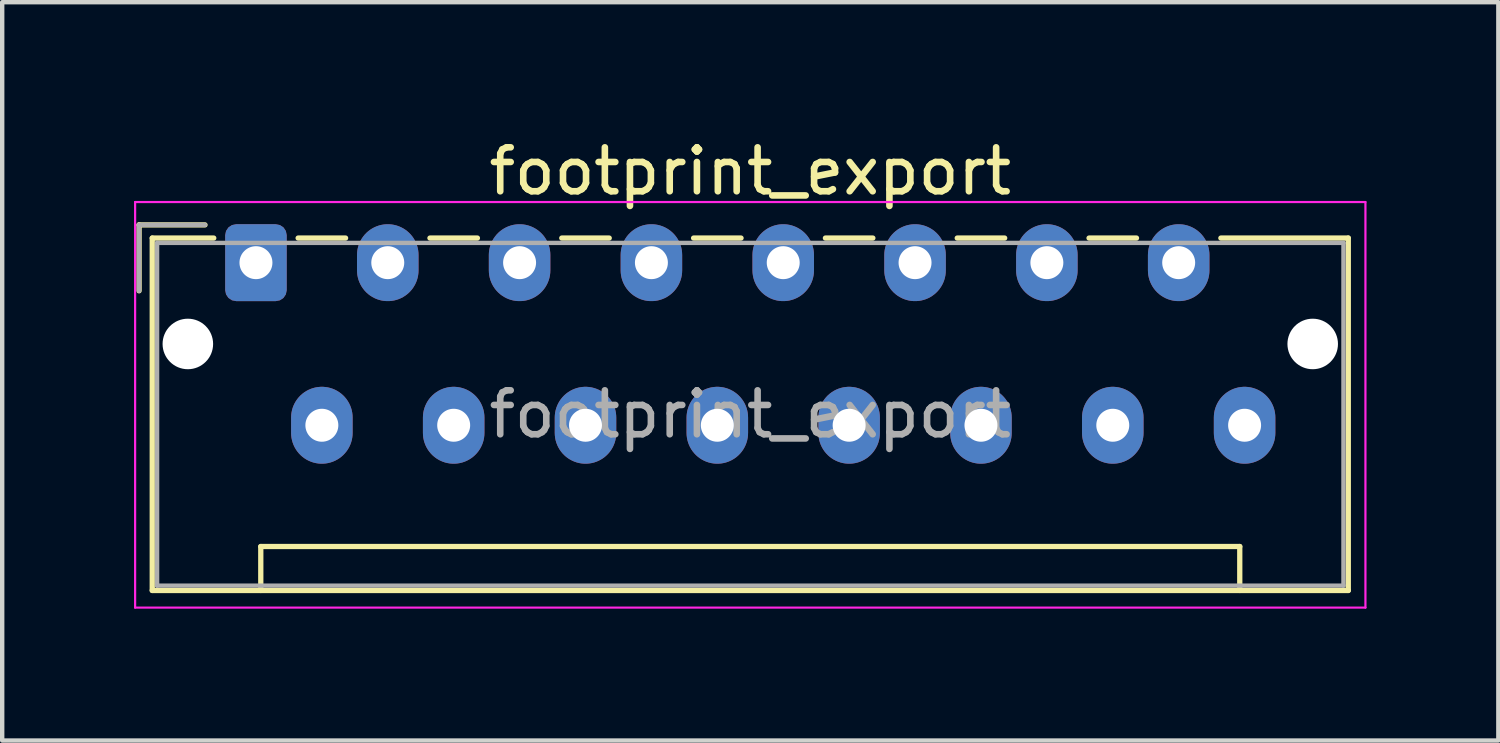
<source format=kicad_pcb>
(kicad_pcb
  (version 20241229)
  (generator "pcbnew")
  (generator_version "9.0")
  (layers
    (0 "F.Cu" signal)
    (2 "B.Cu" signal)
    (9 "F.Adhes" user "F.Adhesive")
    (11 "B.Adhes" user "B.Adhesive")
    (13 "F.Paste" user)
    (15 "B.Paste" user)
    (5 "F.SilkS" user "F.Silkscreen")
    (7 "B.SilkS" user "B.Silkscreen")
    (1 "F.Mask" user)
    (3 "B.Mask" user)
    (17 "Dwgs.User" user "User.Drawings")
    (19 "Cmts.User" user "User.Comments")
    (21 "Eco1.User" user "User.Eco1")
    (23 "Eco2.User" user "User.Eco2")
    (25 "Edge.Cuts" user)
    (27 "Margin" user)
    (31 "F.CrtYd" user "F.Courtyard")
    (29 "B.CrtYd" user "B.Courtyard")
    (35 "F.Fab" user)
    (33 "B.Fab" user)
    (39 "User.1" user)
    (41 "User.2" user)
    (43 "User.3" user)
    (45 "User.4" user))
  (footprint "footprint_export"
    (layer "F.Cu")
    (at 2.775 2.928)
    (property "Reference" "footprint_export" (at 11.25 -2.08 0) (layer "F.SilkS") (effects (font (size 1 1) (thickness 0.15))))
    (attr through_hole)
    (fp_line (start -2.66 -0.86) (end -1.16 -0.86) (stroke (width 0.12) (type solid)) (layer "F.SilkS"))
    (fp_line (start -2.66 0.64) (end -2.66 -0.86) (stroke (width 0.12) (type solid)) (layer "F.SilkS"))
    (fp_line (start -2.36 -0.56) (end -2.36 7.46) (stroke (width 0.12) (type solid)) (layer "F.SilkS"))
    (fp_line (start -2.36 7.46) (end 24.86 7.46) (stroke (width 0.12) (type solid)) (layer "F.SilkS"))
    (fp_line (start -0.96 -0.56) (end -2.36 -0.56) (stroke (width 0.12) (type solid)) (layer "F.SilkS"))
    (fp_line (start 0.11 6.46) (end 22.39 6.46) (stroke (width 0.12) (type solid)) (layer "F.SilkS"))
    (fp_line (start 0.11 7.46) (end 0.11 6.46) (stroke (width 0.12) (type solid)) (layer "F.SilkS"))
    (fp_line (start 0.96 -0.56) (end 2.04 -0.56) (stroke (width 0.12) (type solid)) (layer "F.SilkS"))
    (fp_line (start 3.96 -0.56) (end 5.04 -0.56) (stroke (width 0.12) (type solid)) (layer "F.SilkS"))
    (fp_line (start 6.96 -0.56) (end 8.04 -0.56) (stroke (width 0.12) (type solid)) (layer "F.SilkS"))
    (fp_line (start 9.96 -0.56) (end 11.04 -0.56) (stroke (width 0.12) (type solid)) (layer "F.SilkS"))
    (fp_line (start 12.96 -0.56) (end 14.04 -0.56) (stroke (width 0.12) (type solid)) (layer "F.SilkS"))
    (fp_line (start 15.96 -0.56) (end 17.04 -0.56) (stroke (width 0.12) (type solid)) (layer "F.SilkS"))
    (fp_line (start 18.96 -0.56) (end 20.04 -0.56) (stroke (width 0.12) (type solid)) (layer "F.SilkS"))
    (fp_line (start 22.39 6.46) (end 22.39 7.46) (stroke (width 0.12) (type solid)) (layer "F.SilkS"))
    (fp_line (start 24.86 -0.56) (end 21.96 -0.56) (stroke (width 0.12) (type solid)) (layer "F.SilkS"))
    (fp_line (start 24.86 7.46) (end 24.86 -0.56) (stroke (width 0.12) (type solid)) (layer "F.SilkS"))
    (fp_line (start -2.75 -1.38) (end -2.75 7.85) (stroke (width 0.05) (type solid)) (layer "F.CrtYd"))
    (fp_line (start -2.75 7.85) (end 25.25 7.85) (stroke (width 0.05) (type solid)) (layer "F.CrtYd"))
    (fp_line (start 25.25 -1.38) (end -2.75 -1.38) (stroke (width 0.05) (type solid)) (layer "F.CrtYd"))
    (fp_line (start 25.25 7.85) (end 25.25 -1.38) (stroke (width 0.05) (type solid)) (layer "F.CrtYd"))
    (fp_line (start -2.66 -0.86) (end -1.16 -0.86) (stroke (width 0.1) (type solid)) (layer "F.Fab"))
    (fp_line (start -2.66 0.64) (end -2.66 -0.86) (stroke (width 0.1) (type solid)) (layer "F.Fab"))
    (fp_line (start -2.25 -0.45) (end -2.25 7.35) (stroke (width 0.1) (type solid)) (layer "F.Fab"))
    (fp_line (start -2.25 7.35) (end 24.75 7.35) (stroke (width 0.1) (type solid)) (layer "F.Fab"))
    (fp_line (start 24.75 -0.45) (end -2.25 -0.45) (stroke (width 0.1) (type solid)) (layer "F.Fab"))
    (fp_line (start 24.75 7.35) (end 24.75 -0.45) (stroke (width 0.1) (type solid)) (layer "F.Fab"))
    (fp_text user "${REFERENCE}" (at 11.25 3.45 0) (layer "F.Fab") (effects (font (size 1 1) (thickness 0.15))))
    (pad "" np_thru_hole circle (at -1.55 1.85) (size 1.15 1.15) (drill 1.15) (layers "*.Cu" "*.Mask"))
    (pad "" np_thru_hole circle (at 24.05 1.85) (size 1.15 1.15) (drill 1.15) (layers "*.Cu" "*.Mask"))
    (pad "1" thru_hole roundrect (at 0 0) (size 1.4 1.75) (drill 0.75) (layers "*.Cu" "*.Mask") (roundrect_rratio 0.179))
    (pad "2" thru_hole oval (at 1.5 3.7) (size 1.4 1.75) (drill 0.75) (layers "*.Cu" "*.Mask"))
    (pad "3" thru_hole oval (at 3 0) (size 1.4 1.75) (drill 0.75) (layers "*.Cu" "*.Mask"))
    (pad "4" thru_hole oval (at 4.5 3.7) (size 1.4 1.75) (drill 0.75) (layers "*.Cu" "*.Mask"))
    (pad "5" thru_hole oval (at 6 0) (size 1.4 1.75) (drill 0.75) (layers "*.Cu" "*.Mask"))
    (pad "6" thru_hole oval (at 7.5 3.7) (size 1.4 1.75) (drill 0.75) (layers "*.Cu" "*.Mask"))
    (pad "7" thru_hole oval (at 9 0) (size 1.4 1.75) (drill 0.75) (layers "*.Cu" "*.Mask"))
    (pad "8" thru_hole oval (at 10.5 3.7) (size 1.4 1.75) (drill 0.75) (layers "*.Cu" "*.Mask"))
    (pad "9" thru_hole oval (at 12 0) (size 1.4 1.75) (drill 0.75) (layers "*.Cu" "*.Mask"))
    (pad "10" thru_hole oval (at 13.5 3.7) (size 1.4 1.75) (drill 0.75) (layers "*.Cu" "*.Mask"))
    (pad "11" thru_hole oval (at 15 0) (size 1.4 1.75) (drill 0.75) (layers "*.Cu" "*.Mask"))
    (pad "12" thru_hole oval (at 16.5 3.7) (size 1.4 1.75) (drill 0.75) (layers "*.Cu" "*.Mask"))
    (pad "13" thru_hole oval (at 18 0) (size 1.4 1.75) (drill 0.75) (layers "*.Cu" "*.Mask"))
    (pad "14" thru_hole oval (at 19.5 3.7) (size 1.4 1.75) (drill 0.75) (layers "*.Cu" "*.Mask"))
    (pad "15" thru_hole oval (at 21 0) (size 1.4 1.75) (drill 0.75) (layers "*.Cu" "*.Mask"))
    (pad "16" thru_hole oval (at 22.5 3.7) (size 1.4 1.75) (drill 0.75) (layers "*.Cu" "*.Mask")))
  (gr_rect
    (start -3 -3)
    (end 31.05 13.803)
    (stroke (width 0.1) (type default))
    (fill no)
    (layer "Edge.Cuts")))
</source>
